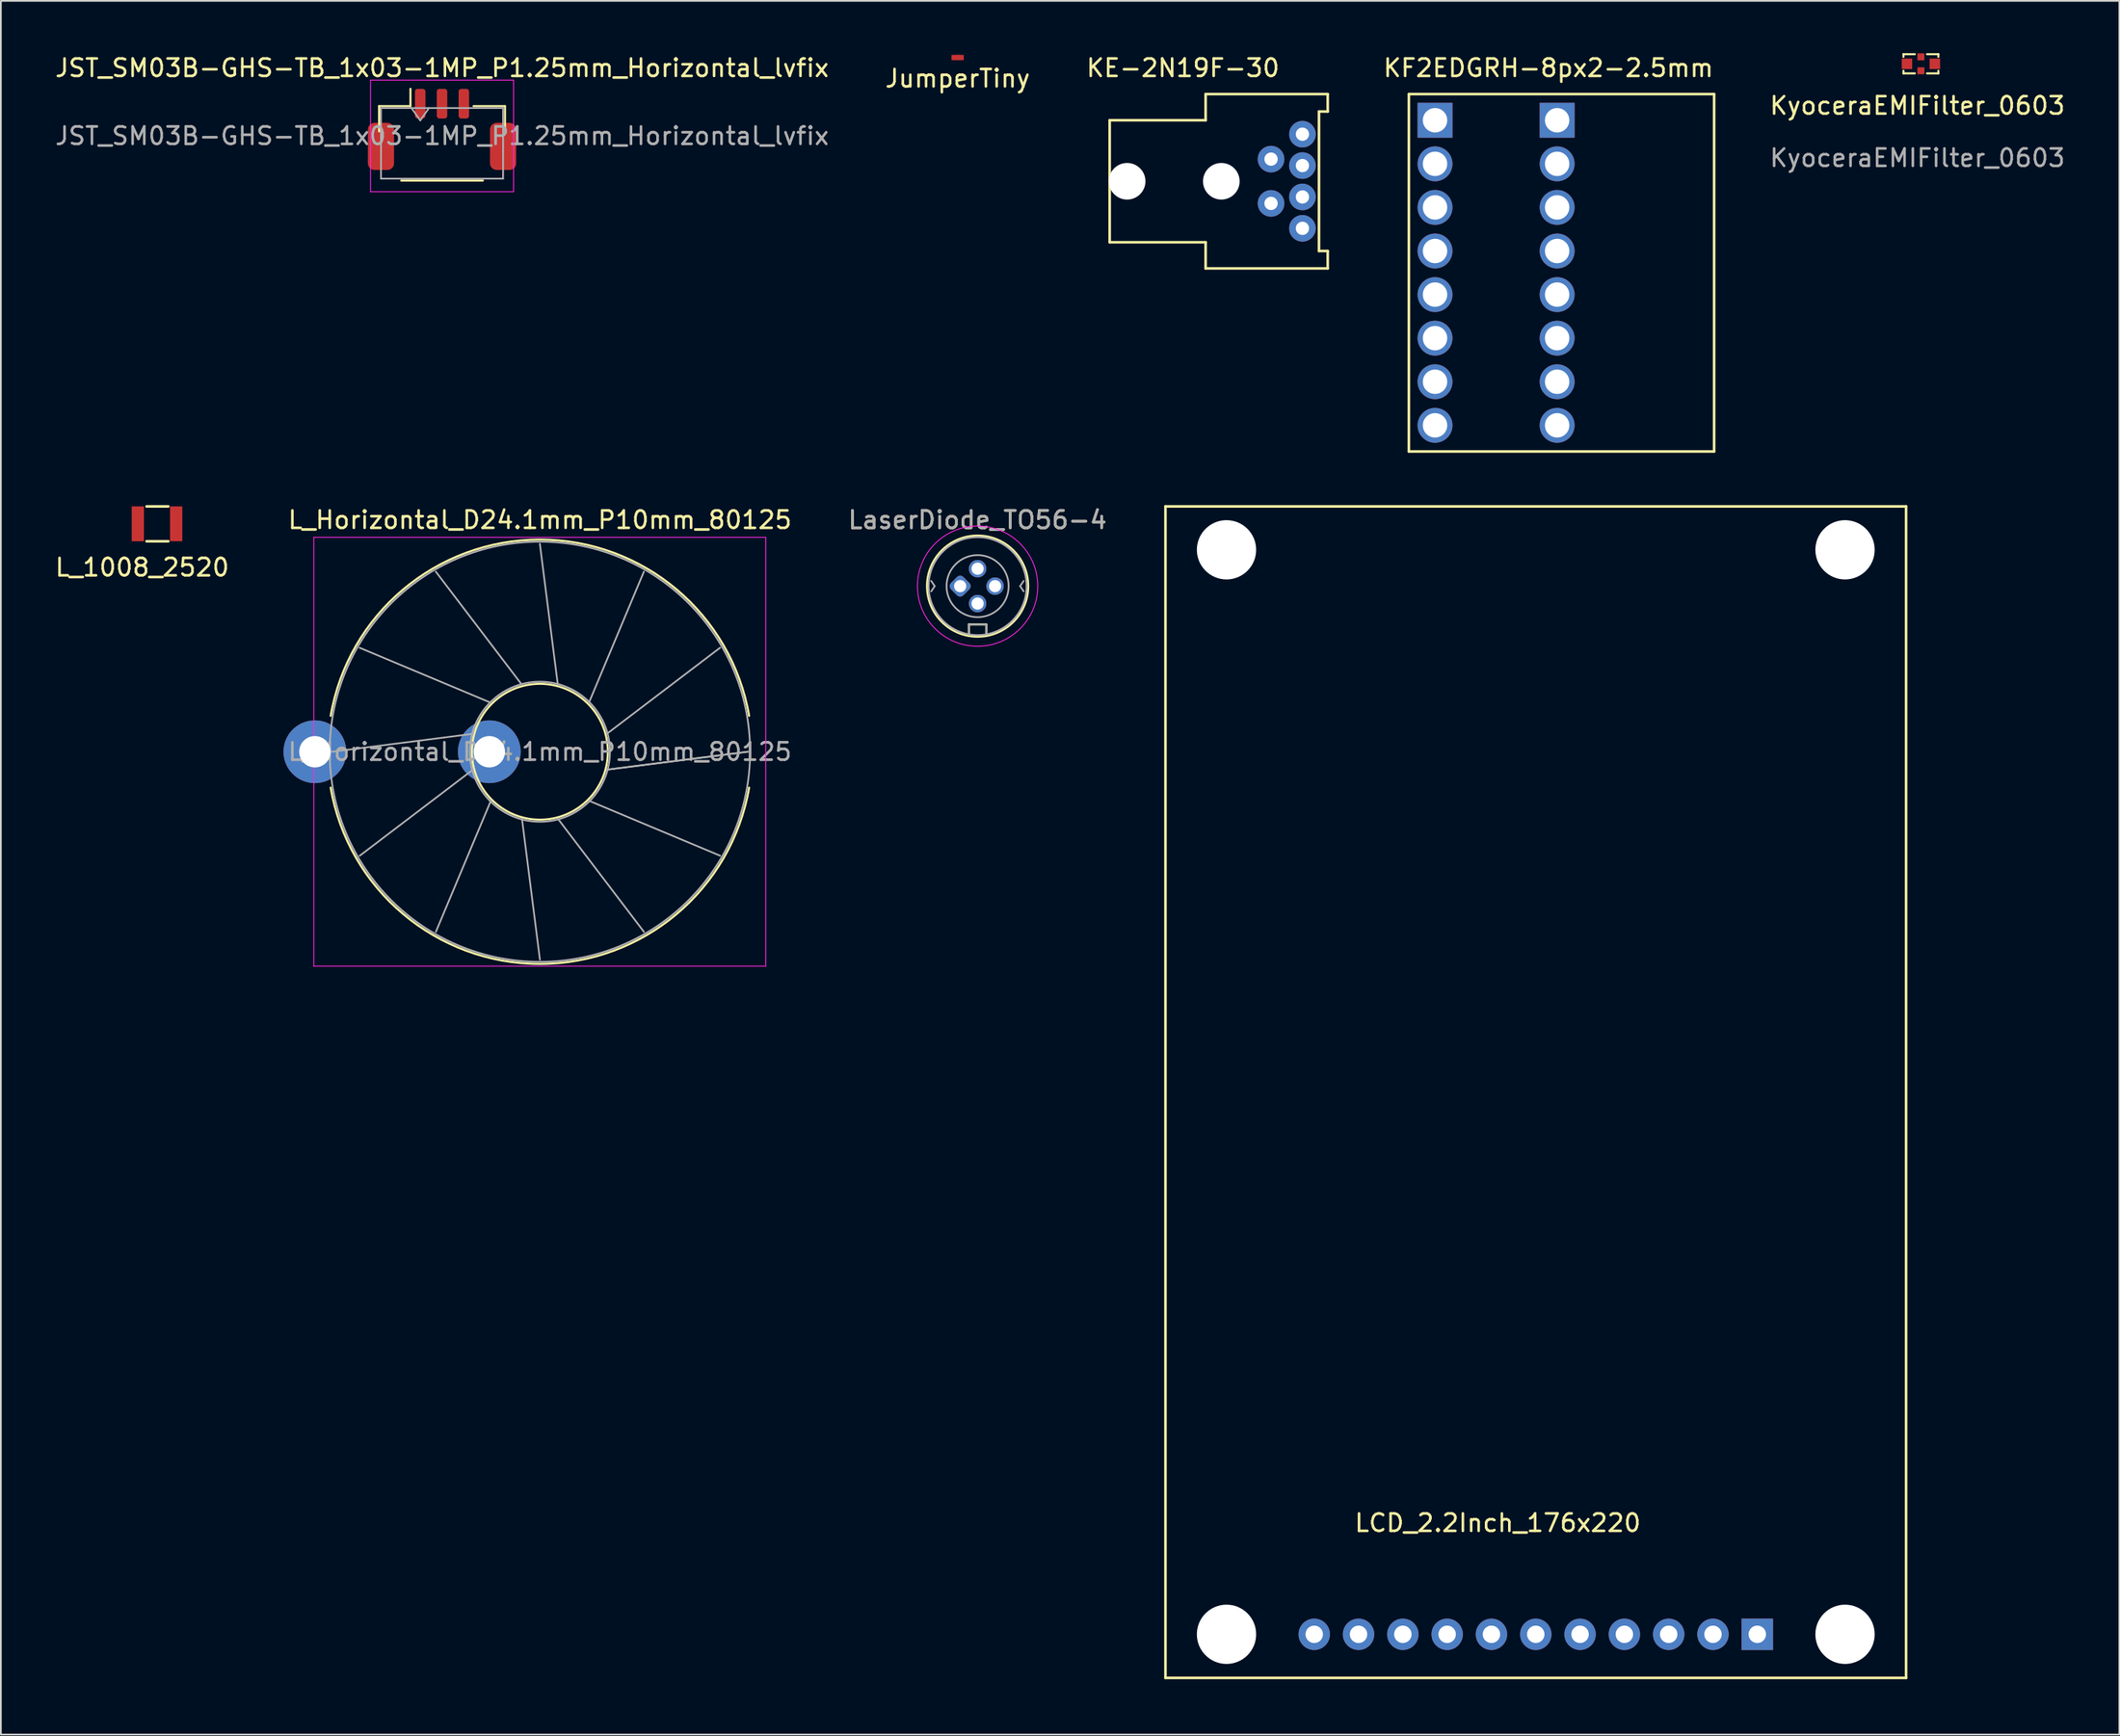
<source format=kicad_pcb>
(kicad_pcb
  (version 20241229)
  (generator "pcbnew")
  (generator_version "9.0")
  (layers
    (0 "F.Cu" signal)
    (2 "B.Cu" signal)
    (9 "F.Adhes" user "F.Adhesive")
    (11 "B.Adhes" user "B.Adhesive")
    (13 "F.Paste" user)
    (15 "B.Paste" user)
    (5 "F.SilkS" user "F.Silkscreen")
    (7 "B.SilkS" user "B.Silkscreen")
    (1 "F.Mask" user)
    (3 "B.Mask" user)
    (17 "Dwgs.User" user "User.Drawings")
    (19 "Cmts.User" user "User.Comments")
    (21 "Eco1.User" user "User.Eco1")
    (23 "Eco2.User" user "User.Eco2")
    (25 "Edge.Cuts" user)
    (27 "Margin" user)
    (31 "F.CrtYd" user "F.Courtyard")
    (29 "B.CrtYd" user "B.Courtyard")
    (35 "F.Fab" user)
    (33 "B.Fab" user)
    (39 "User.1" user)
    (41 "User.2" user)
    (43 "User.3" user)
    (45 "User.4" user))
  (footprint "L_Horizontal_D24.1mm_P10mm_80125"
    (layer "F.Cu")
    (at 17.002 40.072)
    (property "Reference" "L_Horizontal_D24.1mm_P10mm_80125" (at 10.9 -13.3 0) (layer "F.SilkS") (effects (font (size 1 1) (thickness 0.15))))
    (attr through_hole)
    (fp_arc (start -1.094386 -2.06) (mid 10.9 -12.17) (end 22.894386 -2.06) (stroke (width 0.12) (type solid)) (layer "F.SilkS"))
    (fp_arc (start 22.894386 2.06) (mid 10.9 12.17) (end -1.094386 2.06) (stroke (width 0.12) (type solid)) (layer "F.SilkS"))
    (fp_circle (center 10.9 0) (end 14.797 0) (stroke (width 0.12) (type solid)) (fill no) (layer "F.SilkS"))
    (fp_line (start -2.06 -12.3) (end -2.06 12.3) (stroke (width 0.05) (type solid)) (layer "F.CrtYd"))
    (fp_line (start -2.06 12.3) (end 23.85 12.3) (stroke (width 0.05) (type solid)) (layer "F.CrtYd"))
    (fp_line (start 23.85 -12.3) (end -2.06 -12.3) (stroke (width 0.05) (type solid)) (layer "F.CrtYd"))
    (fp_line (start 23.85 12.3) (end 23.85 -12.3) (stroke (width 0.05) (type solid)) (layer "F.CrtYd"))
    (fp_line (start -1.027 0.001) (end 7.061 -1.028) (stroke (width 0.1) (type solid)) (layer "F.Fab"))
    (fp_line (start 0.571 -5.962) (end 8.089 -2.81) (stroke (width 0.1) (type solid)) (layer "F.Fab"))
    (fp_line (start 0.572 5.964) (end 7.061 1.029) (stroke (width 0.1) (type solid)) (layer "F.Fab"))
    (fp_line (start 4.935 -10.328) (end 9.871 -3.839) (stroke (width 0.1) (type solid)) (layer "F.Fab"))
    (fp_line (start 4.937 10.329) (end 8.09 2.811) (stroke (width 0.1) (type solid)) (layer "F.Fab"))
    (fp_line (start 10.898 -11.927) (end 11.928 -3.839) (stroke (width 0.1) (type solid)) (layer "F.Fab"))
    (fp_line (start 10.901 11.927) (end 9.872 3.839) (stroke (width 0.1) (type solid)) (layer "F.Fab"))
    (fp_line (start 16.862 -10.33) (end 13.71 -2.811) (stroke (width 0.1) (type solid)) (layer "F.Fab"))
    (fp_line (start 16.864 10.329) (end 11.929 3.839) (stroke (width 0.1) (type solid)) (layer "F.Fab"))
    (fp_line (start 21.228 -5.965) (end 14.739 -1.029) (stroke (width 0.1) (type solid)) (layer "F.Fab"))
    (fp_line (start 21.229 5.963) (end 13.711 2.81) (stroke (width 0.1) (type solid)) (layer "F.Fab"))
    (fp_line (start 22.827 -0.002) (end 14.739 1.028) (stroke (width 0.1) (type solid)) (layer "F.Fab"))
    (fp_line (start 22.827 0) (end 14.739 1.029) (stroke (width 0.1) (type solid)) (layer "F.Fab"))
    (fp_circle (center 10.9 0) (end 14.917 0) (stroke (width 0.1) (type solid)) (fill no) (layer "F.Fab"))
    (fp_circle (center 10.9 0) (end 22.95 0) (stroke (width 0.1) (type solid)) (fill no) (layer "F.Fab"))
    (fp_text user "${REFERENCE}" (at 10.9 0 0) (layer "F.Fab") (effects (font (size 1 1) (thickness 0.15))))
    (pad "1" thru_hole circle (at -2 0) (size 3.6 3.6) (drill 1.8) (layers "*.Cu" "*.Mask"))
    (pad "2" thru_hole circle (at 8 0) (size 3.6 3.6) (drill 1.8) (layers "*.Cu" "*.Mask")))
  (footprint "KF2EDGRH-8px2-2.5mm"
    (layer "F.Cu")
    (at 83.22 12.848)
    (property "Reference" "KF2EDGRH-8px2-2.5mm" (at 2.5 -12 0) (layer "F.SilkS") (effects (font (size 1 1) (thickness 0.15))))
    (attr through_hole)
    (fp_line (start -5.5 -10.5) (end 12 -10.5) (stroke (width 0.15) (type solid)) (layer "F.SilkS"))
    (fp_line (start -5.5 10) (end -5.5 -10.5) (stroke (width 0.15) (type solid)) (layer "F.SilkS"))
    (fp_line (start 12 -10.5) (end 12 10) (stroke (width 0.15) (type solid)) (layer "F.SilkS"))
    (fp_line (start 12 10) (end -5.5 10) (stroke (width 0.15) (type solid)) (layer "F.SilkS"))
    (pad "1" thru_hole rect (at -4 -9) (size 2 2) (drill 1.4) (layers "*.Cu" "*.Mask"))
    (pad "2" thru_hole circle (at -4 -6.5) (size 2 2) (drill 1.4) (layers "*.Cu" "*.Mask"))
    (pad "3" thru_hole circle (at -4 -4) (size 2 2) (drill 1.4) (layers "*.Cu" "*.Mask"))
    (pad "4" thru_hole circle (at -4 -1.5) (size 2 2) (drill 1.4) (layers "*.Cu" "*.Mask"))
    (pad "5" thru_hole circle (at -4 1) (size 2 2) (drill 1.4) (layers "*.Cu" "*.Mask"))
    (pad "6" thru_hole circle (at -4 3.5) (size 2 2) (drill 1.4) (layers "*.Cu" "*.Mask"))
    (pad "7" thru_hole circle (at -4 6) (size 2 2) (drill 1.4) (layers "*.Cu" "*.Mask"))
    (pad "8" thru_hole circle (at -4 8.5) (size 2 2) (drill 1.4) (layers "*.Cu" "*.Mask"))
    (pad "9" thru_hole rect (at 3 -9) (size 2 2) (drill 1.4) (layers "*.Cu" "*.Mask"))
    (pad "10" thru_hole circle (at 3 -6.5) (size 2 2) (drill 1.4) (layers "*.Cu" "*.Mask"))
    (pad "11" thru_hole circle (at 3 -4) (size 2 2) (drill 1.4) (layers "*.Cu" "*.Mask"))
    (pad "12" thru_hole circle (at 3 -1.5) (size 2 2) (drill 1.4) (layers "*.Cu" "*.Mask"))
    (pad "13" thru_hole circle (at 3 1) (size 2 2) (drill 1.4) (layers "*.Cu" "*.Mask"))
    (pad "14" thru_hole circle (at 3 3.5) (size 2 2) (drill 1.4) (layers "*.Cu" "*.Mask"))
    (pad "15" thru_hole circle (at 3 6) (size 2 2) (drill 1.4) (layers "*.Cu" "*.Mask"))
    (pad "16" thru_hole circle (at 3 8.5) (size 2 2) (drill 1.4) (layers "*.Cu" "*.Mask")))
  (footprint "JST_SM03B-GHS-TB_1x03-1MP_P1.25mm_Horizontal_lvfix"
    (layer "F.Cu")
    (at 22.292 4.748)
    (property "Reference" "JST_SM03B-GHS-TB_1x03-1MP_P1.25mm_Horizontal_lvfix" (at 0 -3.9 0) (layer "F.SilkS") (effects (font (size 1 1) (thickness 0.15))))
    (attr smd)
    (fp_line (start -3.61 -1.71) (end -1.81 -1.71) (stroke (width 0.12) (type solid)) (layer "F.SilkS"))
    (fp_line (start -3.61 -0.26) (end -3.61 -1.71) (stroke (width 0.12) (type solid)) (layer "F.SilkS"))
    (fp_line (start -2.34 2.56) (end 2.34 2.56) (stroke (width 0.12) (type solid)) (layer "F.SilkS"))
    (fp_line (start -1.81 -1.71) (end -1.81 -2.7) (stroke (width 0.12) (type solid)) (layer "F.SilkS"))
    (fp_line (start 3.61 -1.71) (end 1.81 -1.71) (stroke (width 0.12) (type solid)) (layer "F.SilkS"))
    (fp_line (start 3.61 -0.26) (end 3.61 -1.71) (stroke (width 0.12) (type solid)) (layer "F.SilkS"))
    (fp_line (start -4.1 -3.2) (end -4.1 3.2) (stroke (width 0.05) (type solid)) (layer "F.CrtYd"))
    (fp_line (start -4.1 3.2) (end 4.1 3.2) (stroke (width 0.05) (type solid)) (layer "F.CrtYd"))
    (fp_line (start 4.1 -3.2) (end -4.1 -3.2) (stroke (width 0.05) (type solid)) (layer "F.CrtYd"))
    (fp_line (start 4.1 3.2) (end 4.1 -3.2) (stroke (width 0.05) (type solid)) (layer "F.CrtYd"))
    (fp_line (start -3.5 -1.6) (end -3.5 2.45) (stroke (width 0.1) (type solid)) (layer "F.Fab"))
    (fp_line (start -3.5 -1.6) (end 3.5 -1.6) (stroke (width 0.1) (type solid)) (layer "F.Fab"))
    (fp_line (start -3.5 2.45) (end 3.5 2.45) (stroke (width 0.1) (type solid)) (layer "F.Fab"))
    (fp_line (start -1.75 -1.6) (end -1.25 -0.893) (stroke (width 0.1) (type solid)) (layer "F.Fab"))
    (fp_line (start -1.25 -0.893) (end -0.75 -1.6) (stroke (width 0.1) (type solid)) (layer "F.Fab"))
    (fp_line (start 3.5 -1.6) (end 3.5 2.45) (stroke (width 0.1) (type solid)) (layer "F.Fab"))
    (fp_text user "${REFERENCE}" (at 0 0 0) (layer "F.Fab") (effects (font (size 1 1) (thickness 0.15))))
    (pad "1" smd roundrect (at -1.25 -1.85) (size 0.6 1.7) (layers "F.Cu" "F.Mask" "F.Paste") (roundrect_rratio 0.25))
    (pad "2" smd roundrect (at 0 -1.85) (size 0.6 1.7) (layers "F.Cu" "F.Mask" "F.Paste") (roundrect_rratio 0.25))
    (pad "3" smd roundrect (at 1.25 -1.85) (size 0.6 1.7) (layers "F.Cu" "F.Mask" "F.Paste") (roundrect_rratio 0.25))
    (pad "MP" smd roundrect (at -3.5 0.6) (size 1.5 2.7) (layers "F.Cu" "F.Mask" "F.Paste") (roundrect_rratio 0.25))
    (pad "MP" smd roundrect (at 3.5 0.6) (size 1.5 2.7) (layers "F.Cu" "F.Mask" "F.Paste") (roundrect_rratio 0.25)))
  (footprint "KyoceraEMIFilter_0603"
    (layer "F.Cu")
    (at 107.075 0.61)
    (property "Reference" "KyoceraEMIFilter_0603" (at -0.2 2.4 0) (unlocked yes) (layer "F.SilkS") (effects (font (size 1 1) (thickness 0.15))))
    (attr smd)
    (fp_line (start -1 -0.55) (end -1 -0.4) (stroke (width 0.12) (type solid)) (layer "F.SilkS"))
    (fp_line (start -1 0.4) (end -1 0.55) (stroke (width 0.12) (type solid)) (layer "F.SilkS"))
    (fp_line (start -1 0.55) (end -0.35 0.55) (stroke (width 0.12) (type solid)) (layer "F.SilkS"))
    (fp_line (start -0.35 -0.55) (end -1 -0.55) (stroke (width 0.12) (type solid)) (layer "F.SilkS"))
    (fp_line (start 0.35 0.55) (end 1 0.55) (stroke (width 0.12) (type solid)) (layer "F.SilkS"))
    (fp_line (start 1 -0.55) (end 0.35 -0.55) (stroke (width 0.12) (type solid)) (layer "F.SilkS"))
    (fp_line (start 1 -0.4) (end 1 -0.55) (stroke (width 0.12) (type solid)) (layer "F.SilkS"))
    (fp_line (start 1 0.55) (end 1 0.4) (stroke (width 0.12) (type solid)) (layer "F.SilkS"))
    (fp_text user "${REFERENCE}" (at -0.2 5.4 0) (unlocked yes) (layer "F.Fab") (effects (font (size 1 1) (thickness 0.15))))
    (pad "1" smd rect (at -0.8 0) (size 0.6 0.6) (layers "F.Cu" "F.Mask" "F.Paste"))
    (pad "2" smd rect (at 0 -0.4) (size 0.4 0.4) (layers "F.Cu" "F.Mask" "F.Paste"))
    (pad "2" smd rect (at 0 0.4) (size 0.4 0.4) (layers "F.Cu" "F.Mask" "F.Paste"))
    (pad "3" smd rect (at 0.8 0) (size 0.6 0.6) (layers "F.Cu" "F.Mask" "F.Paste")))
  (footprint "L_1008_2520"
    (layer "F.Cu")
    (at 4.851 26.998)
    (property "Reference" "L_1008_2520" (at 0.25 2.5 0) (layer "F.SilkS") (effects (font (size 1 1) (thickness 0.15))))
    (attr through_hole)
    (fp_line (start 0.5 -1) (end 1.75 -1) (stroke (width 0.15) (type solid)) (layer "F.SilkS"))
    (fp_line (start 1.75 1) (end 0.5 1) (stroke (width 0.15) (type solid)) (layer "F.SilkS"))
    (pad "1" smd rect (at 0 0) (size 0.7 2) (layers "F.Cu" "F.Mask" "F.Paste"))
    (pad "2" smd rect (at 2.2 0) (size 0.7 2) (layers "F.Cu" "F.Mask" "F.Paste")))
  (footprint "KE-2N19F-30"
    (layer "F.Cu")
    (at 64.268 7.348)
    (property "Reference" "KE-2N19F-30" (at 0.5 -6.5 0) (layer "F.SilkS") (effects (font (size 1 1) (thickness 0.15))))
    (attr through_hole)
    (fp_line (start -3.7 -3.5) (end 1.8 -3.5) (stroke (width 0.15) (type solid)) (layer "F.SilkS"))
    (fp_line (start -3.7 0) (end -3.7 -3.5) (stroke (width 0.15) (type solid)) (layer "F.SilkS"))
    (fp_line (start -3.7 3.5) (end -3.7 0) (stroke (width 0.15) (type solid)) (layer "F.SilkS"))
    (fp_line (start 1.8 -5) (end 8.8 -5) (stroke (width 0.15) (type solid)) (layer "F.SilkS"))
    (fp_line (start 1.8 -3.5) (end 1.8 -5) (stroke (width 0.15) (type solid)) (layer "F.SilkS"))
    (fp_line (start 1.8 3.5) (end -3.7 3.5) (stroke (width 0.15) (type solid)) (layer "F.SilkS"))
    (fp_line (start 1.8 5) (end 1.8 3.5) (stroke (width 0.15) (type solid)) (layer "F.SilkS"))
    (fp_line (start 8.3 -4) (end 8.3 4) (stroke (width 0.15) (type solid)) (layer "F.SilkS"))
    (fp_line (start 8.3 4) (end 8.8 4) (stroke (width 0.15) (type solid)) (layer "F.SilkS"))
    (fp_line (start 8.8 -5) (end 8.8 -4) (stroke (width 0.15) (type solid)) (layer "F.SilkS"))
    (fp_line (start 8.8 -4) (end 8.3 -4) (stroke (width 0.15) (type solid)) (layer "F.SilkS"))
    (fp_line (start 8.8 4) (end 8.8 5) (stroke (width 0.15) (type solid)) (layer "F.SilkS"))
    (fp_line (start 8.8 5) (end 1.8 5) (stroke (width 0.15) (type solid)) (layer "F.SilkS"))
    (pad "" np_thru_hole circle (at -2.7 0) (size 2.1 2.1) (drill 2.1) (layers "*.Cu" "*.Mask"))
    (pad "" np_thru_hole circle (at 2.7 0) (size 2.1 2.1) (drill 2.1) (layers "*.Cu" "*.Mask"))
    (pad "1" thru_hole circle (at 5.55 1.27) (size 1.524 1.524) (drill 0.762) (layers "*.Cu" "*.Mask"))
    (pad "2" thru_hole circle (at 5.55 -1.27) (size 1.524 1.524) (drill 0.762) (layers "*.Cu" "*.Mask"))
    (pad "3" thru_hole circle (at 7.35 -2.7) (size 1.524 1.524) (drill 0.762) (layers "*.Cu" "*.Mask"))
    (pad "4" thru_hole circle (at 7.35 -0.9) (size 1.524 1.524) (drill 0.762) (layers "*.Cu" "*.Mask"))
    (pad "5" thru_hole circle (at 7.35 0.9) (size 1.524 1.524) (drill 0.762) (layers "*.Cu" "*.Mask"))
    (pad "6" thru_hole circle (at 7.35 2.7) (size 1.524 1.524) (drill 0.762) (layers "*.Cu" "*.Mask")))
  (footprint "JumperTiny"
    (layer "F.Cu")
    (at 51.851 0.25)
    (property "Reference" "JumperTiny" (at 0 1.2 0) (layer "F.SilkS") (effects (font (size 1 1) (thickness 0.15))))
    (attr through_hole)
    (fp_poly (pts (xy 0.1 0.1) (xy -0.1 0.1) (xy -0.1 -0.1) (xy 0.1 -0.1)) (stroke (width 0.1) (type solid)) (fill yes) (layer "F.Cu"))
    (pad "1" smd rect (at -0.2 0) (size 0.3 0.3) (layers "F.Cu" "F.Mask" "F.Paste"))
    (pad "2" smd rect (at 0.2 0) (size 0.3 0.3) (layers "F.Cu" "F.Mask" "F.Paste")))
  (footprint "LCD_2.2Inch_176x220"
    (layer "F.Cu")
    (at 63.765 93.198)
    (property "Reference" "LCD_2.2Inch_176x220" (at 19.05 -8.89 0) (layer "F.SilkS") (effects (font (size 1 1) (thickness 0.15))))
    (attr through_hole)
    (fp_line (start 0 -67.2) (end 0 0) (stroke (width 0.15) (type solid)) (layer "F.SilkS"))
    (fp_line (start 0 0) (end 42.46 0) (stroke (width 0.15) (type solid)) (layer "F.SilkS"))
    (fp_line (start 42.46 -67.2) (end 0 -67.2) (stroke (width 0.15) (type solid)) (layer "F.SilkS"))
    (fp_line (start 42.46 0) (end 42.46 -67.2) (stroke (width 0.15) (type solid)) (layer "F.SilkS"))
    (pad "" np_thru_hole circle (at 3.5 -64.71) (size 3.4 3.4) (drill 3.4) (layers "*.Cu" "*.Mask"))
    (pad "" np_thru_hole circle (at 3.5 -2.5) (size 3.4 3.4) (drill 3.4) (layers "*.Cu" "*.Mask"))
    (pad "" np_thru_hole circle (at 38.96 -64.71) (size 3.4 3.4) (drill 3.4) (layers "*.Cu" "*.Mask"))
    (pad "" np_thru_hole circle (at 38.96 -2.5) (size 3.4 3.4) (drill 3.4) (layers "*.Cu" "*.Mask"))
    (pad "1" thru_hole rect (at 33.93 -2.5) (size 1.8 1.8) (drill 1) (layers "*.Cu" "*.Mask"))
    (pad "2" thru_hole circle (at 31.39 -2.5) (size 1.8 1.8) (drill 1) (layers "*.Cu" "*.Mask"))
    (pad "3" thru_hole circle (at 28.85 -2.5) (size 1.8 1.8) (drill 1) (layers "*.Cu" "*.Mask"))
    (pad "4" thru_hole circle (at 26.31 -2.5) (size 1.8 1.8) (drill 1) (layers "*.Cu" "*.Mask"))
    (pad "5" thru_hole circle (at 23.77 -2.5) (size 1.8 1.8) (drill 1) (layers "*.Cu" "*.Mask"))
    (pad "6" thru_hole circle (at 21.23 -2.5) (size 1.8 1.8) (drill 1) (layers "*.Cu" "*.Mask"))
    (pad "7" thru_hole circle (at 18.69 -2.5) (size 1.8 1.8) (drill 1) (layers "*.Cu" "*.Mask"))
    (pad "8" thru_hole circle (at 16.15 -2.5) (size 1.8 1.8) (drill 1) (layers "*.Cu" "*.Mask"))
    (pad "9" thru_hole circle (at 13.61 -2.5) (size 1.8 1.8) (drill 1) (layers "*.Cu" "*.Mask"))
    (pad "10" thru_hole circle (at 11.07 -2.5) (size 1.8 1.8) (drill 1) (layers "*.Cu" "*.Mask"))
    (pad "11" thru_hole circle (at 8.53 -2.5) (size 1.8 1.8) (drill 1) (layers "*.Cu" "*.Mask")))
  (footprint "LaserDiode_TO56-4"
    (layer "F.Cu")
    (at 51.996 30.572)
    (property "Reference" "LaserDiode_TO56-4" (at 0.99 -3.8 0) (layer "F.SilkS") (effects (font (size 1 1) (thickness 0.15))))
    (attr through_hole)
    (fp_line (start 0.5 2.2) (end 1.5 2.2) (stroke (width 0.12) (type solid)) (layer "F.SilkS"))
    (fp_line (start 0.5 2.85) (end 0.5 2.2) (stroke (width 0.12) (type solid)) (layer "F.SilkS"))
    (fp_line (start 1.5 2.2) (end 1.5 2.85) (stroke (width 0.12) (type solid)) (layer "F.SilkS"))
    (fp_circle (center 1 0) (end 3.9 0) (stroke (width 0.12) (type solid)) (fill no) (layer "F.SilkS"))
    (fp_circle (center 1 0) (end 4.3 1) (stroke (width 0.05) (type solid)) (fill no) (layer "F.CrtYd"))
    (fp_line (start -1.66 -0.3) (end -1.46 0) (stroke (width 0.1) (type solid)) (layer "F.Fab"))
    (fp_line (start -1.46 0) (end -1.66 0.3) (stroke (width 0.1) (type solid)) (layer "F.Fab"))
    (fp_line (start 0.5 2.2) (end 1.5 2.2) (stroke (width 0.1) (type solid)) (layer "F.Fab"))
    (fp_line (start 0.5 2.7) (end 0.5 2.2) (stroke (width 0.1) (type solid)) (layer "F.Fab"))
    (fp_line (start 1.5 2.2) (end 1.5 2.7) (stroke (width 0.1) (type solid)) (layer "F.Fab"))
    (fp_line (start 3.44 0) (end 3.64 0.3) (stroke (width 0.1) (type solid)) (layer "F.Fab"))
    (fp_line (start 3.64 -0.3) (end 3.44 0) (stroke (width 0.1) (type solid)) (layer "F.Fab"))
    (fp_circle (center 1 0) (end 2.78 0) (stroke (width 0.1) (type solid)) (fill no) (layer "F.Fab"))
    (fp_circle (center 1 0) (end 3.81 0) (stroke (width 0.1) (type solid)) (fill no) (layer "F.Fab"))
    (fp_text user "${REFERENCE}" (at 0.99 -3.8 0) (layer "F.Fab") (effects (font (size 1 1) (thickness 0.15))))
    (pad "1" thru_hole roundrect (at 0 0 45) (size 1 1) (drill 0.7) (layers "*.Cu" "*.Mask") (roundrect_rratio 0.25))
    (pad "2" thru_hole circle (at 1 1) (size 1 1) (drill 0.7) (layers "*.Cu" "*.Mask"))
    (pad "3" thru_hole circle (at 2 0) (size 1 1) (drill 0.7) (layers "*.Cu" "*.Mask"))
    (pad "4" thru_hole circle (at 1 -1) (size 1 1) (drill 0.7) (layers "*.Cu" "*.Mask")))
  (gr_rect
    (start -3 -3)
    (end 118.452 96.448)
    (stroke (width 0.1) (type default))
    (fill no)
    (layer "Edge.Cuts")))
</source>
